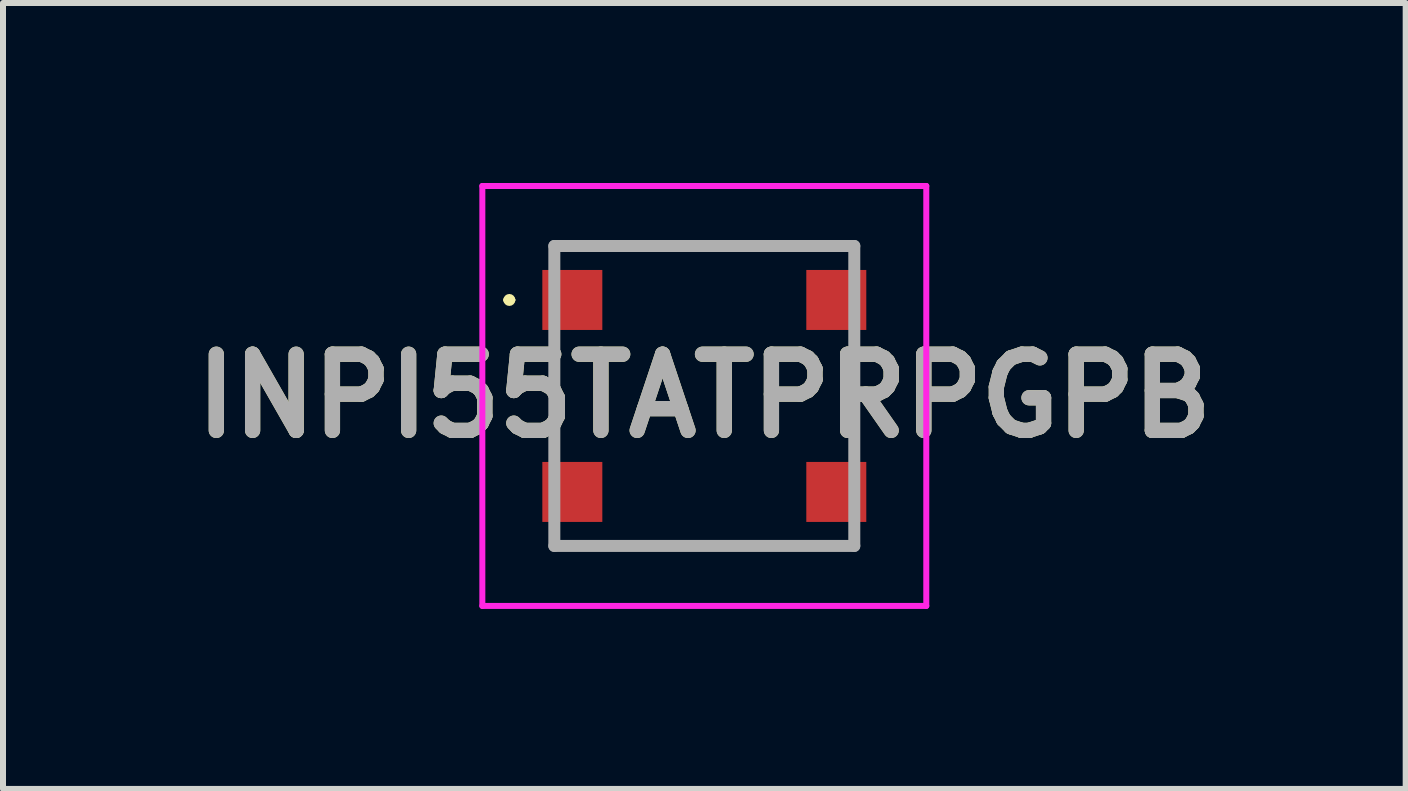
<source format=kicad_pcb>
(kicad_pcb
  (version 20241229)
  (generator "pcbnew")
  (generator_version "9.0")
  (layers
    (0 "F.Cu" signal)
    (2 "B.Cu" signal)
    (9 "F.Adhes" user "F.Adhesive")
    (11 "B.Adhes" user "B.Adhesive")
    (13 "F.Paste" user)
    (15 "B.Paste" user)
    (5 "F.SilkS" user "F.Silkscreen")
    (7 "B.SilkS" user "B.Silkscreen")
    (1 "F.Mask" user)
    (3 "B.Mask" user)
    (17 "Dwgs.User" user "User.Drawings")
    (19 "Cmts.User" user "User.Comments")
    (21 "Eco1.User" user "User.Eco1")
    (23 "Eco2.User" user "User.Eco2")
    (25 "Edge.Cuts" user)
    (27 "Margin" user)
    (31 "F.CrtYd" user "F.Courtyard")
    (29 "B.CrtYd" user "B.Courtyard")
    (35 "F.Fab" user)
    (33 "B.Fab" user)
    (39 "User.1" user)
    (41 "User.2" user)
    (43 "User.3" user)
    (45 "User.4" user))
  (footprint "INPI55TATPRPGPB"
    (layer "F.Cu")
    (at 8.69 3.55)
    (property "Reference" "INPI55TATPRPGPB" (at 0 0 0) (layer "F.SilkS") (effects (font (size 1.27 1.27) (thickness 0.254))))
    (attr smd)
    (fp_line (start -3.3 -1.6) (end -3.3 -1.6) (stroke (width 0.1) (type solid)) (layer "F.SilkS"))
    (fp_line (start -3.2 -1.6) (end -3.2 -1.6) (stroke (width 0.1) (type solid)) (layer "F.SilkS"))
    (fp_line (start -2.5 -0.8) (end -2.5 0.8) (stroke (width 0.1) (type solid)) (layer "F.SilkS"))
    (fp_line (start -1.4 -2.5) (end 1.4 -2.5) (stroke (width 0.1) (type solid)) (layer "F.SilkS"))
    (fp_line (start -1.4 2.5) (end 1.4 2.5) (stroke (width 0.1) (type solid)) (layer "F.SilkS"))
    (fp_line (start 2.5 -0.8) (end 2.5 0.8) (stroke (width 0.1) (type solid)) (layer "F.SilkS"))
    (fp_arc (start -3.3 -1.6) (mid -3.25 -1.65) (end -3.2 -1.6) (stroke (width 0.1) (type solid)) (layer "F.SilkS"))
    (fp_arc (start -3.2 -1.6) (mid -3.25 -1.55) (end -3.3 -1.6) (stroke (width 0.1) (type solid)) (layer "F.SilkS"))
    (fp_line (start -3.7 -3.5) (end 3.7 -3.5) (stroke (width 0.1) (type solid)) (layer "F.CrtYd"))
    (fp_line (start -3.7 3.5) (end -3.7 -3.5) (stroke (width 0.1) (type solid)) (layer "F.CrtYd"))
    (fp_line (start 3.7 -3.5) (end 3.7 3.5) (stroke (width 0.1) (type solid)) (layer "F.CrtYd"))
    (fp_line (start 3.7 3.5) (end -3.7 3.5) (stroke (width 0.1) (type solid)) (layer "F.CrtYd"))
    (fp_line (start -2.5 -2.5) (end 2.5 -2.5) (stroke (width 0.2) (type solid)) (layer "F.Fab"))
    (fp_line (start -2.5 2.5) (end -2.5 -2.5) (stroke (width 0.2) (type solid)) (layer "F.Fab"))
    (fp_line (start 2.5 -2.5) (end 2.5 2.5) (stroke (width 0.2) (type solid)) (layer "F.Fab"))
    (fp_line (start 2.5 2.5) (end -2.5 2.5) (stroke (width 0.2) (type solid)) (layer "F.Fab"))
    (fp_text user "${REFERENCE}" (at 0 0 0) (layer "F.Fab") (effects (font (size 1.27 1.27) (thickness 0.254))))
    (pad "1" smd rect (at -2.2 -1.6 90) (size 1 1) (layers "F.Cu" "F.Mask" "F.Paste"))
    (pad "2" smd rect (at -2.2 1.6 90) (size 1 1) (layers "F.Cu" "F.Mask" "F.Paste"))
    (pad "3" smd rect (at 2.2 1.6 90) (size 1 1) (layers "F.Cu" "F.Mask" "F.Paste"))
    (pad "4" smd rect (at 2.2 -1.6 90) (size 1 1) (layers "F.Cu" "F.Mask" "F.Paste")))
  (gr_rect
    (start -3 -3)
    (end 20.381 10.1)
    (stroke (width 0.1) (type default))
    (fill no)
    (layer "Edge.Cuts")))
</source>
